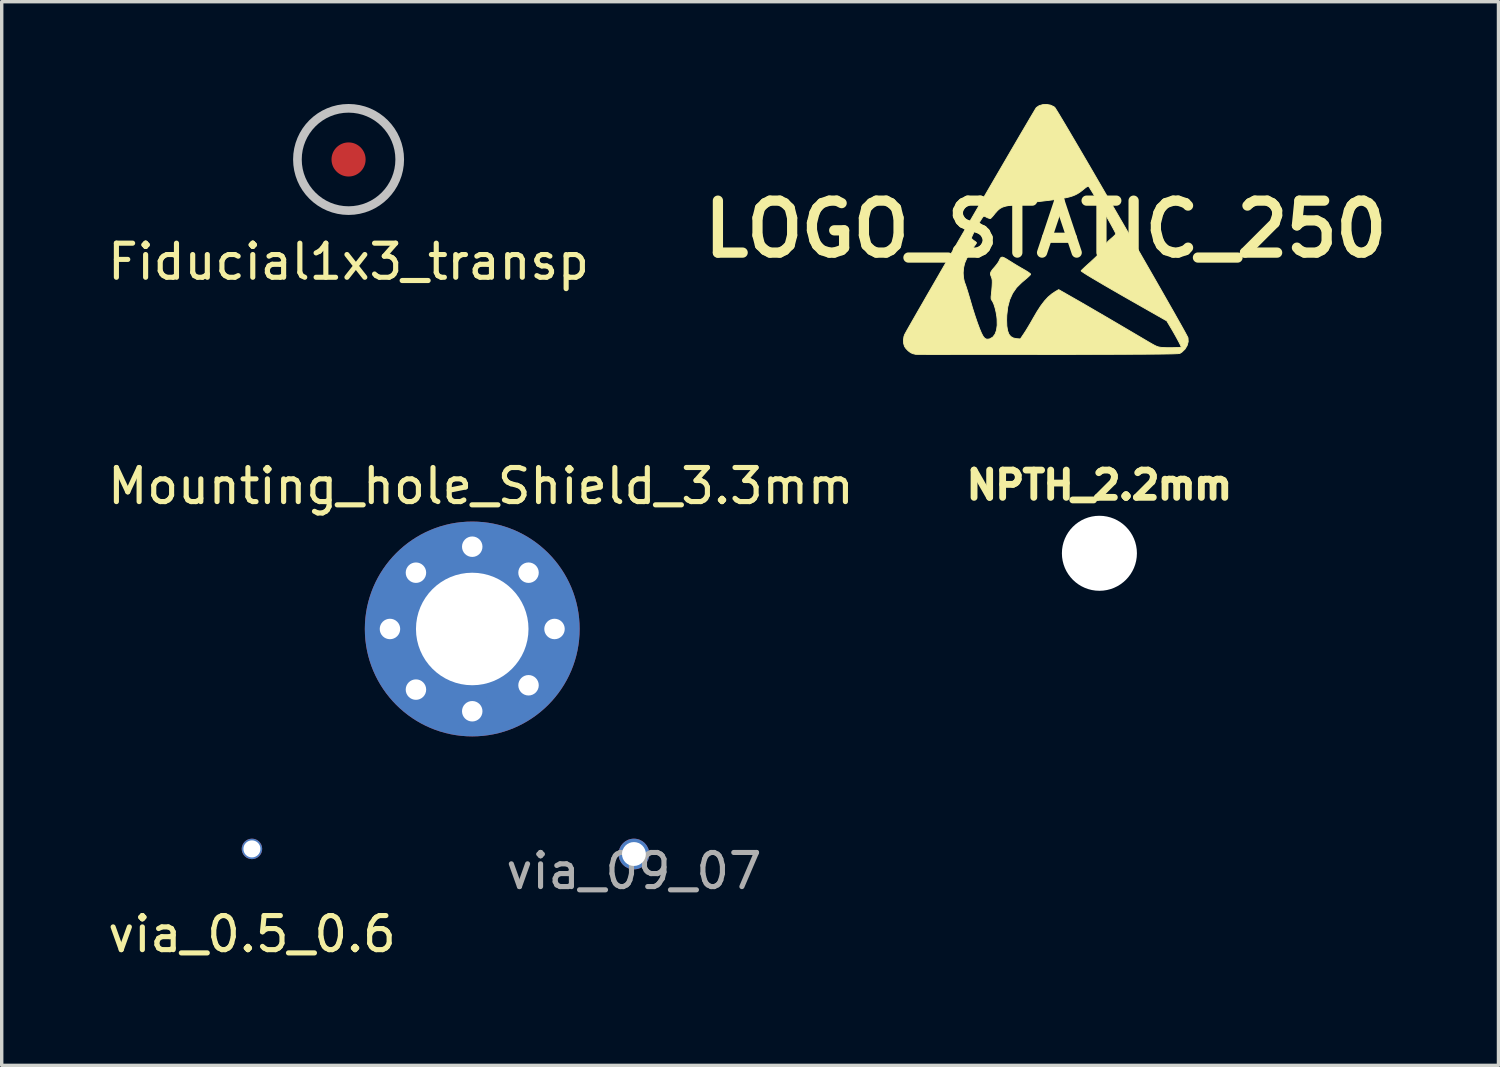
<source format=kicad_pcb>
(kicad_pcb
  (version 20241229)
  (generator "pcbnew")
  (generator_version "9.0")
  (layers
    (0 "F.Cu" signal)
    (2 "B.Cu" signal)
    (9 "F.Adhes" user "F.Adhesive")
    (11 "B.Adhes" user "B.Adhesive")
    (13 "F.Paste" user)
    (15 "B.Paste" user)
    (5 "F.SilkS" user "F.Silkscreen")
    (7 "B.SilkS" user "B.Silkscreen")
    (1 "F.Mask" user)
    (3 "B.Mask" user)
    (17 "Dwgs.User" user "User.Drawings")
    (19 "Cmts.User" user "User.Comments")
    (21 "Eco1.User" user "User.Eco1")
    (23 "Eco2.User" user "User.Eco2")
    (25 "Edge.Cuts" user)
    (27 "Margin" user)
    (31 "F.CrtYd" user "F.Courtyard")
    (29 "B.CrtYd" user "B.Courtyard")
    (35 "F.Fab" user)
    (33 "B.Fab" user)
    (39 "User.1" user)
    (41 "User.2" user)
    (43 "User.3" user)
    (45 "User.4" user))
  (footprint "via_0.5_0.6"
    (layer "F.Cu")
    (at 4.339 21.847)
    (property "Reference" "via_0.5_0.6" (at 0 2.5 0) (layer "F.SilkS") (effects (font (size 1 1) (thickness 0.15))))
    (attr through_hole)
    (pad "1" thru_hole circle (at 0 0) (size 0.6 0.6) (drill 0.5) (layers "*.Cu")))
  (footprint "Fiducial1x3_transp"
    (layer "F.Cu")
    (at 7.173 1.627)
    (property "Reference" "Fiducial1x3_transp" (at 0 3 0) (layer "F.SilkS") (effects (font (size 1 1) (thickness 0.15))))
    (attr exclude_from_pos_files exclude_from_bom)
    (fp_circle (center 0 0) (end 1.5 0) (stroke (width 0.254) (type solid)) (fill no) (layer "Dwgs.User"))
    (pad "Fid1" connect circle (at 0 0) (size 1 1) (layers "F.Cu" "F.Mask")))
  (footprint "LOGO_STATIC_250"
    (layer "F.Cu")
    (at 27.621 3.669)
    (property "Reference" "LOGO_STATIC_250" (at 0 0 0) (layer "F.SilkS") (effects (font (size 1.524 1.524) (thickness 0.3))))
    (attr through_hole)
    (fp_poly (pts (xy 4.177 3.303) (xy 4.146 3.415) (xy 4.083 3.52) (xy 3.993 3.607) (xy 3.973 3.62) (xy 3.973 3.462) (xy 3.968 3.442) (xy 3.944 3.391) (xy 3.907 3.317) (xy 3.858 3.226) (xy 3.803 3.126) (xy 3.744 3.022) (xy 3.69 2.929) (xy 3.549 2.692) (xy 2.849 2.294) (xy 2.513 2.103) (xy 2.21 1.93) (xy 1.941 1.775) (xy 1.706 1.639) (xy 1.506 1.521) (xy 1.34 1.423) (xy 1.21 1.344) (xy 1.116 1.284) (xy 1.058 1.245) (xy 1.037 1.225) (xy 1.037 1.225) (xy 1.052 1.206) (xy 1.094 1.165) (xy 1.157 1.106) (xy 1.236 1.034) (xy 1.295 0.981) (xy 1.464 0.824) (xy 1.597 0.683) (xy 1.694 0.559) (xy 1.753 0.453) (xy 1.755 0.45) (xy 1.784 0.406) (xy 1.836 0.349) (xy 1.903 0.289) (xy 1.917 0.277) (xy 1.98 0.223) (xy 2.028 0.176) (xy 2.052 0.144) (xy 2.053 0.138) (xy 2.043 0.111) (xy 2.014 0.052) (xy 1.969 -0.032) (xy 1.911 -0.138) (xy 1.843 -0.26) (xy 1.768 -0.394) (xy 1.688 -0.533) (xy 1.608 -0.673) (xy 1.528 -0.809) (xy 1.454 -0.936) (xy 1.386 -1.049) (xy 1.329 -1.142) (xy 1.286 -1.211) (xy 1.258 -1.251) (xy 1.251 -1.258) (xy 1.226 -1.252) (xy 1.18 -1.224) (xy 1.14 -1.193) (xy 1.068 -1.134) (xy 1.001 -1.083) (xy 0.934 -1.04) (xy 0.863 -1.003) (xy 0.784 -0.971) (xy 0.693 -0.943) (xy 0.585 -0.918) (xy 0.456 -0.894) (xy 0.301 -0.87) (xy 0.117 -0.846) (xy -0.102 -0.82) (xy -0.328 -0.793) (xy -0.484 -0.775) (xy -0.642 -0.755) (xy -0.791 -0.736) (xy -0.921 -0.718) (xy -1.022 -0.703) (xy -1.045 -0.699) (xy -1.171 -0.674) (xy -1.267 -0.645) (xy -1.343 -0.604) (xy -1.413 -0.545) (xy -1.487 -0.462) (xy -1.513 -0.429) (xy -1.561 -0.371) (xy -1.601 -0.328) (xy -1.622 -0.31) (xy -1.655 -0.313) (xy -1.706 -0.332) (xy -1.723 -0.34) (xy -1.775 -0.366) (xy -1.812 -0.38) (xy -1.818 -0.381) (xy -1.838 -0.363) (xy -1.873 -0.315) (xy -1.918 -0.244) (xy -1.97 -0.158) (xy -2.024 -0.063) (xy -2.076 0.032) (xy -2.121 0.12) (xy -2.156 0.193) (xy -2.177 0.245) (xy -2.18 0.262) (xy -2.164 0.292) (xy -2.122 0.328) (xy -2.106 0.339) (xy -2.06 0.371) (xy -2.034 0.397) (xy -2.032 0.402) (xy -2.044 0.427) (xy -2.076 0.473) (xy -2.117 0.527) (xy -2.212 0.663) (xy -2.299 0.817) (xy -2.367 0.97) (xy -2.383 1.016) (xy -2.412 1.144) (xy -2.423 1.285) (xy -2.414 1.424) (xy -2.388 1.545) (xy -2.376 1.577) (xy -2.355 1.632) (xy -2.326 1.719) (xy -2.291 1.829) (xy -2.254 1.952) (xy -2.224 2.053) (xy -2.149 2.311) (xy -2.074 2.546) (xy -2.003 2.754) (xy -1.937 2.931) (xy -1.885 3.054) (xy -1.835 3.149) (xy -1.785 3.206) (xy -1.729 3.23) (xy -1.662 3.224) (xy -1.638 3.217) (xy -1.553 3.167) (xy -1.488 3.082) (xy -1.445 2.966) (xy -1.425 2.819) (xy -1.428 2.646) (xy -1.435 2.572) (xy -1.457 2.44) (xy -1.486 2.316) (xy -1.52 2.208) (xy -1.556 2.127) (xy -1.579 2.093) (xy -1.602 2.05) (xy -1.604 1.987) (xy -1.601 1.964) (xy -1.594 1.901) (xy -1.585 1.812) (xy -1.577 1.712) (xy -1.574 1.677) (xy -1.569 1.576) (xy -1.57 1.505) (xy -1.579 1.451) (xy -1.596 1.402) (xy -1.598 1.396) (xy -1.619 1.341) (xy -1.622 1.294) (xy -1.604 1.246) (xy -1.562 1.186) (xy -1.495 1.108) (xy -1.439 1.04) (xy -1.392 0.973) (xy -1.366 0.926) (xy -1.339 0.867) (xy -1.312 0.832) (xy -1.277 0.821) (xy -1.229 0.835) (xy -1.16 0.872) (xy -1.074 0.926) (xy -0.968 0.992) (xy -0.844 1.068) (xy -0.721 1.14) (xy -0.661 1.174) (xy -0.577 1.223) (xy -0.507 1.268) (xy -0.461 1.302) (xy -0.445 1.32) (xy -0.448 1.333) (xy -0.462 1.351) (xy -0.49 1.379) (xy -0.536 1.422) (xy -0.607 1.482) (xy -0.705 1.565) (xy -0.709 1.568) (xy -0.857 1.715) (xy -0.973 1.882) (xy -1.059 2.073) (xy -1.116 2.289) (xy -1.144 2.534) (xy -1.148 2.669) (xy -1.142 2.842) (xy -1.12 2.978) (xy -1.083 3.08) (xy -1.026 3.151) (xy -0.95 3.194) (xy -0.86 3.213) (xy -0.745 3.222) (xy -0.638 3.063) (xy -0.586 2.983) (xy -0.522 2.878) (xy -0.453 2.762) (xy -0.387 2.647) (xy -0.379 2.632) (xy -0.258 2.424) (xy -0.146 2.251) (xy -0.039 2.11) (xy 0.067 1.995) (xy 0.175 1.903) (xy 0.279 1.833) (xy 0.379 1.775) (xy 0.84 2.038) (xy 1.015 2.138) (xy 1.224 2.259) (xy 1.468 2.401) (xy 1.745 2.562) (xy 2.054 2.743) (xy 2.394 2.943) (xy 2.764 3.161) (xy 3.006 3.304) (xy 3.111 3.365) (xy 3.189 3.408) (xy 3.25 3.437) (xy 3.302 3.455) (xy 3.356 3.465) (xy 3.42 3.472) (xy 3.44 3.473) (xy 3.51 3.477) (xy 3.599 3.478) (xy 3.696 3.478) (xy 3.792 3.476) (xy 3.876 3.473) (xy 3.94 3.469) (xy 3.972 3.463) (xy 3.973 3.462) (xy 3.973 3.62) (xy 3.937 3.643) (xy 3.925 3.647) (xy 3.901 3.65) (xy 3.864 3.654) (xy 3.812 3.656) (xy 3.743 3.659) (xy 3.656 3.661) (xy 3.549 3.663) (xy 3.42 3.665) (xy 3.268 3.667) (xy 3.09 3.668) (xy 2.885 3.67) (xy 2.652 3.671) (xy 2.389 3.672) (xy 2.093 3.673) (xy 1.764 3.674) (xy 1.399 3.674) (xy 0.998 3.675) (xy 0.557 3.676) (xy 0.076 3.676) (xy 0.042 3.676) (xy -0.358 3.677) (xy -0.747 3.677) (xy -1.122 3.677) (xy -1.482 3.677) (xy -1.825 3.677) (xy -2.147 3.677) (xy -2.448 3.677) (xy -2.725 3.677) (xy -2.975 3.676) (xy -3.197 3.676) (xy -3.389 3.676) (xy -3.549 3.675) (xy -3.673 3.675) (xy -3.761 3.674) (xy -3.81 3.673) (xy -3.821 3.673) (xy -3.856 3.663) (xy -3.9 3.653) (xy -3.964 3.624) (xy -4.035 3.57) (xy -4.1 3.503) (xy -4.142 3.442) (xy -4.168 3.357) (xy -4.174 3.253) (xy -4.16 3.152) (xy -4.138 3.09) (xy -4.113 3.045) (xy -4.07 2.967) (xy -4.008 2.858) (xy -3.93 2.721) (xy -3.836 2.557) (xy -3.729 2.37) (xy -3.608 2.161) (xy -3.477 1.932) (xy -3.335 1.687) (xy -3.184 1.426) (xy -3.026 1.152) (xy -2.862 0.868) (xy -2.693 0.576) (xy -2.52 0.277) (xy -2.344 -0.025) (xy -2.168 -0.328) (xy -1.992 -0.631) (xy -1.818 -0.931) (xy -1.647 -1.226) (xy -1.48 -1.513) (xy -1.318 -1.791) (xy -1.163 -2.057) (xy -1.017 -2.308) (xy -0.879 -2.543) (xy -0.753 -2.76) (xy -0.638 -2.955) (xy -0.537 -3.127) (xy -0.451 -3.274) (xy -0.38 -3.393) (xy -0.327 -3.483) (xy -0.292 -3.54) (xy -0.277 -3.563) (xy -0.277 -3.563) (xy -0.195 -3.619) (xy -0.09 -3.65) (xy 0.024 -3.656) (xy 0.135 -3.637) (xy 0.232 -3.593) (xy 0.263 -3.57) (xy 0.281 -3.544) (xy 0.319 -3.484) (xy 0.376 -3.392) (xy 0.449 -3.27) (xy 0.539 -3.12) (xy 0.643 -2.945) (xy 0.76 -2.746) (xy 0.889 -2.527) (xy 1.029 -2.288) (xy 1.178 -2.034) (xy 1.335 -1.765) (xy 1.498 -1.484) (xy 1.667 -1.193) (xy 1.84 -0.895) (xy 2.016 -0.591) (xy 2.193 -0.285) (xy 2.371 0.022) (xy 2.547 0.327) (xy 2.721 0.629) (xy 2.891 0.925) (xy 3.056 1.212) (xy 3.215 1.489) (xy 3.366 1.753) (xy 3.508 2.002) (xy 3.64 2.234) (xy 3.761 2.446) (xy 3.868 2.636) (xy 3.962 2.802) (xy 4.04 2.942) (xy 4.101 3.053) (xy 4.144 3.134) (xy 4.168 3.181) (xy 4.172 3.192) (xy 4.177 3.303)) (stroke (width 0.025) (type solid)) (fill yes) (layer "F.SilkS")))
  (footprint "Mounting_hole_Shield_3.3mm"
    (layer "F.Cu")
    (at 10.8 15.397)
    (property "Reference" "Mounting_hole_Shield_3.3mm" (at 0.254 -4.191 0) (layer "F.SilkS") (effects (font (size 1 1) (thickness 0.15))))
    (attr through_hole)
    (pad "GND1" thru_hole circle (at -2.413 0) (size 1.2 1.2) (drill 0.6) (layers "*.Cu" "*.Mask"))
    (pad "GND1" thru_hole circle (at -1.651 -1.651) (size 1.2 1.2) (drill 0.6) (layers "*.Cu" "*.Mask"))
    (pad "GND1" thru_hole circle (at -1.651 1.778) (size 1.2 1.2) (drill 0.6) (layers "*.Cu" "*.Mask"))
    (pad "GND1" thru_hole circle (at 0 -2.413) (size 1.2 1.2) (drill 0.6) (layers "*.Cu" "*.Mask"))
    (pad "GND1" thru_hole circle (at 0 0) (size 6.3 6.3) (drill 3.3) (layers "*.Cu" "*.Mask"))
    (pad "GND1" thru_hole circle (at 0 2.413) (size 1.2 1.2) (drill 0.6) (layers "*.Cu" "*.Mask"))
    (pad "GND1" thru_hole circle (at 1.651 -1.651) (size 1.2 1.2) (drill 0.6) (layers "*.Cu" "*.Mask"))
    (pad "GND1" thru_hole circle (at 1.651 1.651) (size 1.2 1.2) (drill 0.6) (layers "*.Cu" "*.Mask"))
    (pad "GND1" thru_hole circle (at 2.413 0) (size 1.2 1.2) (drill 0.6) (layers "*.Cu" "*.Mask")))
  (footprint "NPTH_2.2mm"
    (layer "F.Cu")
    (at 29.194 13.177)
    (property "Reference" "NPTH_2.2mm" (at 0 -2 0) (layer "F.SilkS") (effects (font (size 0.8 0.8) (thickness 0.2))))
    (attr through_hole)
    (pad "" np_thru_hole circle (at 0 0) (size 2.2 2.2) (drill 2.2) (layers "*.Cu" "*.Mask")))
  (footprint "via_09_07"
    (layer "F.Cu")
    (at 15.542 21.997)
    (property "Reference" "via_09_07" (at 0 0.5 0) (layer "F.Fab") (effects (font (size 1 1) (thickness 0.15))))
    (attr exclude_from_pos_files exclude_from_bom)
    (pad "0" thru_hole circle (at 0 0) (size 0.9 0.9) (drill 0.7) (layers "*.Cu")))
  (gr_rect
    (start -3 -3)
    (end 40.898 28.196)
    (stroke (width 0.1) (type default))
    (fill no)
    (layer "Edge.Cuts")))
</source>
